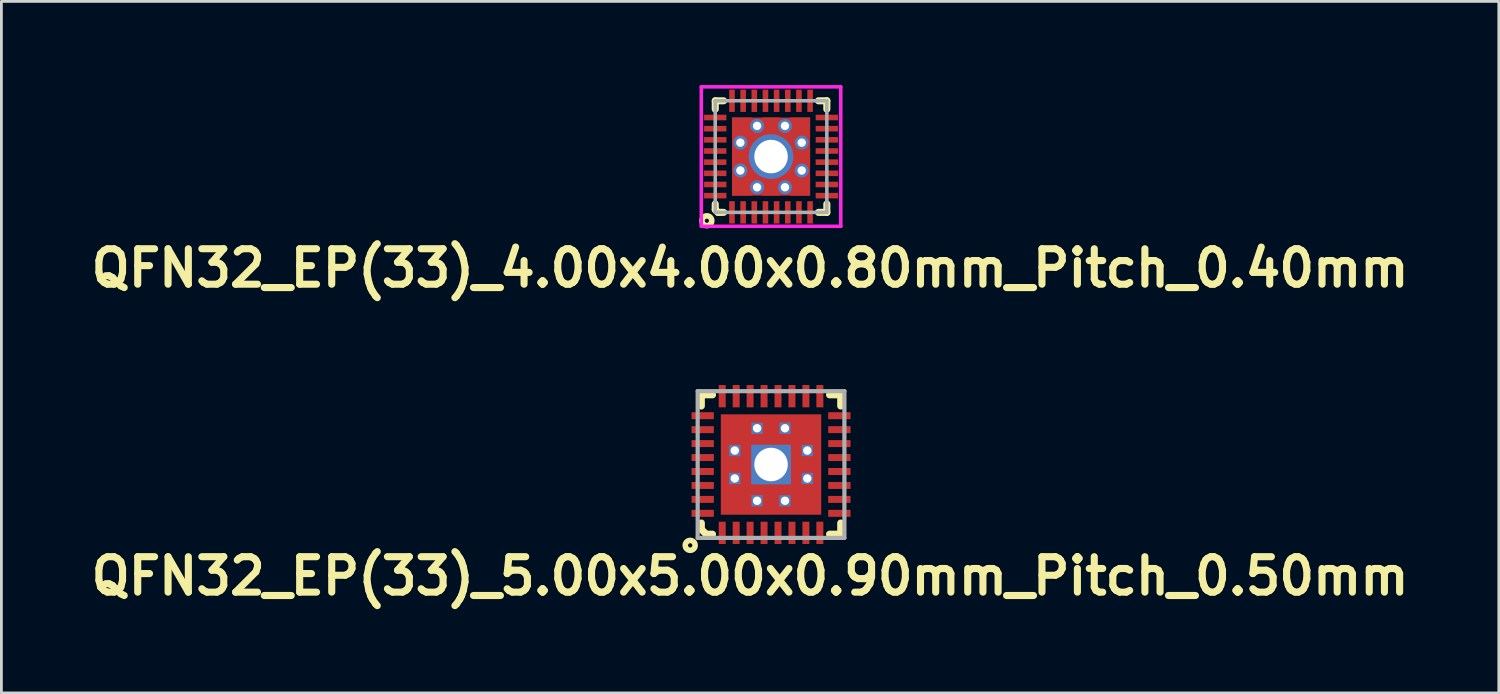
<source format=kicad_pcb>
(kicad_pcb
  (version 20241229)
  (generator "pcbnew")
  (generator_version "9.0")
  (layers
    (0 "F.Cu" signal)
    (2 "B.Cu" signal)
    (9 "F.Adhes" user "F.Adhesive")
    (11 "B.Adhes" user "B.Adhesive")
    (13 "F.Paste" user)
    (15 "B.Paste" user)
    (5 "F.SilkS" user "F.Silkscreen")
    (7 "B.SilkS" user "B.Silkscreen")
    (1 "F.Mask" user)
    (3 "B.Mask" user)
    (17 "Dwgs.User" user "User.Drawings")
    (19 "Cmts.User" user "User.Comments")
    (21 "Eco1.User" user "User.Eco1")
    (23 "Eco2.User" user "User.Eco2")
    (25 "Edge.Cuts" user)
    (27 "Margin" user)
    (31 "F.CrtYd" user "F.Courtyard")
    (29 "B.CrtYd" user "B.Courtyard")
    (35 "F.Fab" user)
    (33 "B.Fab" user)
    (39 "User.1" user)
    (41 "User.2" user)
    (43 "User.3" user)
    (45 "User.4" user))
  (footprint "QFN32_EP(33)_5.00x5.00x0.90mm_Pitch_0.50mm"
    (layer "F.Cu")
    (at 24.59 13.602)
    (property "Reference" "QFN32_EP(33)_5.00x5.00x0.90mm_Pitch_0.50mm" (at -0.75 4 0) (layer "F.SilkS") (effects (font (size 1.27 1.27) (thickness 0.254))))
    (attr smd)
    (fp_line (start -2.499 -2.499) (end -2.499 -2.098) (stroke (width 0.254) (type solid)) (layer "F.SilkS"))
    (fp_line (start -2.499 2.098) (end -2.499 2.324) (stroke (width 0.254) (type solid)) (layer "F.SilkS"))
    (fp_line (start -2.499 2.324) (end -2.324 2.499) (stroke (width 0.254) (type solid)) (layer "F.SilkS"))
    (fp_line (start -2.324 2.499) (end -2.098 2.499) (stroke (width 0.254) (type solid)) (layer "F.SilkS"))
    (fp_line (start -2.098 -2.499) (end -2.499 -2.499) (stroke (width 0.254) (type solid)) (layer "F.SilkS"))
    (fp_line (start 2.098 2.499) (end 2.499 2.499) (stroke (width 0.254) (type solid)) (layer "F.SilkS"))
    (fp_line (start 2.499 -2.499) (end 2.098 -2.499) (stroke (width 0.254) (type solid)) (layer "F.SilkS"))
    (fp_line (start 2.499 -2.098) (end 2.499 -2.499) (stroke (width 0.254) (type solid)) (layer "F.SilkS"))
    (fp_line (start 2.499 2.499) (end 2.499 2.098) (stroke (width 0.254) (type solid)) (layer "F.SilkS"))
    (fp_circle (center -2.898 2.898) (end -3.023 3.023) (stroke (width 0.2) (type solid)) (fill no) (layer "F.SilkS"))
    (fp_line (start -1.6 -1.6) (end -1.6 -0.8) (stroke (width 0.2) (type solid)) (layer "F.Paste"))
    (fp_line (start -1.6 -0.8) (end -0.8 -0.8) (stroke (width 0.2) (type solid)) (layer "F.Paste"))
    (fp_line (start -1.6 -0.2) (end -0.8 -0.2) (stroke (width 0.2) (type solid)) (layer "F.Paste"))
    (fp_line (start -1.6 -0.1) (end -0.8 -0.1) (stroke (width 0.2) (type solid)) (layer "F.Paste"))
    (fp_line (start -1.6 0) (end -0.8 0) (stroke (width 0.2) (type solid)) (layer "F.Paste"))
    (fp_line (start -1.6 0.1) (end -0.8 0.1) (stroke (width 0.2) (type solid)) (layer "F.Paste"))
    (fp_line (start -1.6 0.2) (end -1.6 -0.2) (stroke (width 0.2) (type solid)) (layer "F.Paste"))
    (fp_line (start -1.6 0.8) (end -1.6 1.6) (stroke (width 0.2) (type solid)) (layer "F.Paste"))
    (fp_line (start -1.6 1.6) (end -0.8 1.6) (stroke (width 0.2) (type solid)) (layer "F.Paste"))
    (fp_line (start -1.5 -1.6) (end -1.5 -0.8) (stroke (width 0.2) (type solid)) (layer "F.Paste"))
    (fp_line (start -1.5 0.8) (end -1.5 1.6) (stroke (width 0.2) (type solid)) (layer "F.Paste"))
    (fp_line (start -1.4 -1.6) (end -1.4 -0.8) (stroke (width 0.2) (type solid)) (layer "F.Paste"))
    (fp_line (start -1.4 0.8) (end -1.4 1.6) (stroke (width 0.2) (type solid)) (layer "F.Paste"))
    (fp_line (start -1.3 -1.6) (end -1.3 -0.8) (stroke (width 0.2) (type solid)) (layer "F.Paste"))
    (fp_line (start -1.3 0.8) (end -1.3 1.6) (stroke (width 0.2) (type solid)) (layer "F.Paste"))
    (fp_line (start -1.2 -1.6) (end -1.2 -0.8) (stroke (width 0.2) (type solid)) (layer "F.Paste"))
    (fp_line (start -1.2 0.8) (end -1.2 1.6) (stroke (width 0.2) (type solid)) (layer "F.Paste"))
    (fp_line (start -1.1 -1.6) (end -1.1 -0.8) (stroke (width 0.2) (type solid)) (layer "F.Paste"))
    (fp_line (start -1.1 0.8) (end -1.1 1.6) (stroke (width 0.2) (type solid)) (layer "F.Paste"))
    (fp_line (start -1 -1.6) (end -1 -0.8) (stroke (width 0.2) (type solid)) (layer "F.Paste"))
    (fp_line (start -1 0.8) (end -1 1.6) (stroke (width 0.2) (type solid)) (layer "F.Paste"))
    (fp_line (start -0.9 -1.6) (end -0.9 -0.8) (stroke (width 0.2) (type solid)) (layer "F.Paste"))
    (fp_line (start -0.9 0.8) (end -0.9 1.6) (stroke (width 0.2) (type solid)) (layer "F.Paste"))
    (fp_line (start -0.8 -1.6) (end -1.6 -1.6) (stroke (width 0.2) (type solid)) (layer "F.Paste"))
    (fp_line (start -0.8 -0.8) (end -0.8 -1.6) (stroke (width 0.2) (type solid)) (layer "F.Paste"))
    (fp_line (start -0.8 -0.2) (end -0.8 0.2) (stroke (width 0.2) (type solid)) (layer "F.Paste"))
    (fp_line (start -0.8 0.2) (end -1.6 0.2) (stroke (width 0.2) (type solid)) (layer "F.Paste"))
    (fp_line (start -0.8 0.8) (end -1.6 0.8) (stroke (width 0.2) (type solid)) (layer "F.Paste"))
    (fp_line (start -0.8 1.6) (end -0.8 0.8) (stroke (width 0.2) (type solid)) (layer "F.Paste"))
    (fp_line (start -0.2 -1.6) (end -0.2 -0.8) (stroke (width 0.2) (type solid)) (layer "F.Paste"))
    (fp_line (start -0.2 -0.8) (end 0.2 -0.8) (stroke (width 0.2) (type solid)) (layer "F.Paste"))
    (fp_line (start -0.2 0.8) (end -0.2 1.6) (stroke (width 0.2) (type solid)) (layer "F.Paste"))
    (fp_line (start -0.2 1.6) (end 0.2 1.6) (stroke (width 0.2) (type solid)) (layer "F.Paste"))
    (fp_line (start -0.1 -1.6) (end -0.1 -0.8) (stroke (width 0.2) (type solid)) (layer "F.Paste"))
    (fp_line (start -0.1 0.8) (end -0.1 1.6) (stroke (width 0.2) (type solid)) (layer "F.Paste"))
    (fp_line (start 0 -0.8) (end 0 -1.6) (stroke (width 0.2) (type solid)) (layer "F.Paste"))
    (fp_line (start 0 1.6) (end 0 0.8) (stroke (width 0.2) (type solid)) (layer "F.Paste"))
    (fp_line (start 0.1 -1.6) (end 0.1 -0.8) (stroke (width 0.2) (type solid)) (layer "F.Paste"))
    (fp_line (start 0.1 0.8) (end 0.1 1.6) (stroke (width 0.2) (type solid)) (layer "F.Paste"))
    (fp_line (start 0.2 -1.6) (end -0.2 -1.6) (stroke (width 0.2) (type solid)) (layer "F.Paste"))
    (fp_line (start 0.2 -0.8) (end 0.2 -1.6) (stroke (width 0.2) (type solid)) (layer "F.Paste"))
    (fp_line (start 0.2 0.8) (end -0.2 0.8) (stroke (width 0.2) (type solid)) (layer "F.Paste"))
    (fp_line (start 0.2 1.6) (end 0.2 0.8) (stroke (width 0.2) (type solid)) (layer "F.Paste"))
    (fp_line (start 0.8 -1.6) (end 0.8 -0.8) (stroke (width 0.2) (type solid)) (layer "F.Paste"))
    (fp_line (start 0.8 -0.8) (end 1.6 -0.8) (stroke (width 0.2) (type solid)) (layer "F.Paste"))
    (fp_line (start 0.8 -0.2) (end 1.6 -0.2) (stroke (width 0.2) (type solid)) (layer "F.Paste"))
    (fp_line (start 0.8 -0.1) (end 1.6 -0.1) (stroke (width 0.2) (type solid)) (layer "F.Paste"))
    (fp_line (start 0.8 0) (end 1.6 0) (stroke (width 0.2) (type solid)) (layer "F.Paste"))
    (fp_line (start 0.8 0.1) (end 1.6 0.1) (stroke (width 0.2) (type solid)) (layer "F.Paste"))
    (fp_line (start 0.8 0.2) (end 0.8 -0.2) (stroke (width 0.2) (type solid)) (layer "F.Paste"))
    (fp_line (start 0.8 0.8) (end 0.8 1.6) (stroke (width 0.2) (type solid)) (layer "F.Paste"))
    (fp_line (start 0.8 1.6) (end 1.6 1.6) (stroke (width 0.2) (type solid)) (layer "F.Paste"))
    (fp_line (start 0.9 -1.6) (end 0.9 -0.8) (stroke (width 0.2) (type solid)) (layer "F.Paste"))
    (fp_line (start 0.9 0.8) (end 0.9 1.6) (stroke (width 0.2) (type solid)) (layer "F.Paste"))
    (fp_line (start 1 -1.6) (end 1 -0.8) (stroke (width 0.2) (type solid)) (layer "F.Paste"))
    (fp_line (start 1 0.8) (end 1 1.6) (stroke (width 0.2) (type solid)) (layer "F.Paste"))
    (fp_line (start 1.1 -1.6) (end 1.1 -0.8) (stroke (width 0.2) (type solid)) (layer "F.Paste"))
    (fp_line (start 1.1 0.8) (end 1.1 1.6) (stroke (width 0.2) (type solid)) (layer "F.Paste"))
    (fp_line (start 1.2 -1.6) (end 1.2 -0.8) (stroke (width 0.2) (type solid)) (layer "F.Paste"))
    (fp_line (start 1.2 0.8) (end 1.2 1.6) (stroke (width 0.2) (type solid)) (layer "F.Paste"))
    (fp_line (start 1.3 -1.6) (end 1.3 -0.8) (stroke (width 0.2) (type solid)) (layer "F.Paste"))
    (fp_line (start 1.3 0.8) (end 1.3 1.6) (stroke (width 0.2) (type solid)) (layer "F.Paste"))
    (fp_line (start 1.4 -1.6) (end 1.4 -0.8) (stroke (width 0.2) (type solid)) (layer "F.Paste"))
    (fp_line (start 1.4 0.8) (end 1.4 1.6) (stroke (width 0.2) (type solid)) (layer "F.Paste"))
    (fp_line (start 1.5 -1.6) (end 1.5 -0.8) (stroke (width 0.2) (type solid)) (layer "F.Paste"))
    (fp_line (start 1.5 0.8) (end 1.5 1.6) (stroke (width 0.2) (type solid)) (layer "F.Paste"))
    (fp_line (start 1.6 -1.6) (end 0.8 -1.6) (stroke (width 0.2) (type solid)) (layer "F.Paste"))
    (fp_line (start 1.6 -0.8) (end 1.6 -1.6) (stroke (width 0.2) (type solid)) (layer "F.Paste"))
    (fp_line (start 1.6 -0.2) (end 1.6 0.2) (stroke (width 0.2) (type solid)) (layer "F.Paste"))
    (fp_line (start 1.6 0.2) (end 0.8 0.2) (stroke (width 0.2) (type solid)) (layer "F.Paste"))
    (fp_line (start 1.6 0.8) (end 0.8 0.8) (stroke (width 0.2) (type solid)) (layer "F.Paste"))
    (fp_line (start 1.6 1.6) (end 1.6 0.8) (stroke (width 0.2) (type solid)) (layer "F.Paste"))
    (fp_line (start -2.63 -2.63) (end 2.63 -2.63) (stroke (width 0.15) (type solid)) (layer "F.Fab"))
    (fp_line (start -2.63 2.63) (end -2.63 -2.63) (stroke (width 0.15) (type solid)) (layer "F.Fab"))
    (fp_line (start 2.63 -2.63) (end 2.63 2.63) (stroke (width 0.15) (type solid)) (layer "F.Fab"))
    (fp_line (start 2.63 2.63) (end -2.63 2.63) (stroke (width 0.15) (type solid)) (layer "F.Fab"))
    (pad "1" smd rect (at -1.75 2.45 90) (size 0.8 0.25) (layers "F.Cu" "F.Mask" "F.Paste"))
    (pad "2" smd rect (at -1.25 2.45 90) (size 0.8 0.25) (layers "F.Cu" "F.Mask" "F.Paste"))
    (pad "3" smd rect (at -0.75 2.45 90) (size 0.8 0.25) (layers "F.Cu" "F.Mask" "F.Paste"))
    (pad "4" smd rect (at -0.25 2.45 90) (size 0.8 0.25) (layers "F.Cu" "F.Mask" "F.Paste"))
    (pad "5" smd rect (at 0.25 2.45 90) (size 0.8 0.25) (layers "F.Cu" "F.Mask" "F.Paste"))
    (pad "6" smd rect (at 0.75 2.45 90) (size 0.8 0.25) (layers "F.Cu" "F.Mask" "F.Paste"))
    (pad "7" smd rect (at 1.25 2.45 90) (size 0.8 0.25) (layers "F.Cu" "F.Mask" "F.Paste"))
    (pad "8" smd rect (at 1.75 2.45 90) (size 0.8 0.25) (layers "F.Cu" "F.Mask" "F.Paste"))
    (pad "9" smd rect (at 2.45 1.75 180) (size 0.8 0.25) (layers "F.Cu" "F.Mask" "F.Paste"))
    (pad "10" smd rect (at 2.45 1.25 180) (size 0.8 0.25) (layers "F.Cu" "F.Mask" "F.Paste"))
    (pad "11" smd rect (at 2.45 0.75 180) (size 0.8 0.25) (layers "F.Cu" "F.Mask" "F.Paste"))
    (pad "12" smd rect (at 2.45 0.25 180) (size 0.8 0.25) (layers "F.Cu" "F.Mask" "F.Paste"))
    (pad "13" smd rect (at 2.45 -0.25 180) (size 0.8 0.25) (layers "F.Cu" "F.Mask" "F.Paste"))
    (pad "14" smd rect (at 2.45 -0.75 180) (size 0.8 0.25) (layers "F.Cu" "F.Mask" "F.Paste"))
    (pad "15" smd rect (at 2.45 -1.25 180) (size 0.8 0.25) (layers "F.Cu" "F.Mask" "F.Paste"))
    (pad "16" smd rect (at 2.45 -1.75 180) (size 0.8 0.25) (layers "F.Cu" "F.Mask" "F.Paste"))
    (pad "17" smd rect (at 1.75 -2.45 270) (size 0.8 0.25) (layers "F.Cu" "F.Mask" "F.Paste"))
    (pad "18" smd rect (at 1.25 -2.45 270) (size 0.8 0.25) (layers "F.Cu" "F.Mask" "F.Paste"))
    (pad "19" smd rect (at 0.75 -2.45 270) (size 0.8 0.25) (layers "F.Cu" "F.Mask" "F.Paste"))
    (pad "20" smd rect (at 0.25 -2.45 270) (size 0.8 0.25) (layers "F.Cu" "F.Mask" "F.Paste"))
    (pad "21" smd rect (at -0.25 -2.45 270) (size 0.8 0.25) (layers "F.Cu" "F.Mask" "F.Paste"))
    (pad "22" smd rect (at -0.75 -2.45 270) (size 0.8 0.25) (layers "F.Cu" "F.Mask" "F.Paste"))
    (pad "23" smd rect (at -1.25 -2.45 270) (size 0.8 0.25) (layers "F.Cu" "F.Mask" "F.Paste"))
    (pad "24" smd rect (at -1.75 -2.45 270) (size 0.8 0.25) (layers "F.Cu" "F.Mask" "F.Paste"))
    (pad "25" smd rect (at -2.45 -1.75) (size 0.8 0.25) (layers "F.Cu" "F.Mask" "F.Paste"))
    (pad "26" smd rect (at -2.45 -1.25) (size 0.8 0.25) (layers "F.Cu" "F.Mask" "F.Paste"))
    (pad "27" smd rect (at -2.45 -0.75) (size 0.8 0.25) (layers "F.Cu" "F.Mask" "F.Paste"))
    (pad "28" smd rect (at -2.45 -0.25) (size 0.8 0.25) (layers "F.Cu" "F.Mask" "F.Paste"))
    (pad "29" smd rect (at -2.45 0.25) (size 0.8 0.25) (layers "F.Cu" "F.Mask" "F.Paste"))
    (pad "30" smd rect (at -2.45 0.75) (size 0.8 0.25) (layers "F.Cu" "F.Mask" "F.Paste"))
    (pad "31" smd rect (at -2.45 1.25) (size 0.8 0.25) (layers "F.Cu" "F.Mask" "F.Paste"))
    (pad "32" smd rect (at -2.45 1.75) (size 0.8 0.25) (layers "F.Cu" "F.Mask" "F.Paste"))
    (pad "33" thru_hole rect (at -1.3 -0.5) (size 0.4 0.4) (drill 0.3) (layers "*.Cu" "F.Mask"))
    (pad "33" thru_hole rect (at -1.3 0.5) (size 0.4 0.4) (drill 0.3) (layers "*.Cu" "F.Mask"))
    (pad "33" thru_hole rect (at -0.5 -1.3) (size 0.4 0.4) (drill 0.3) (layers "*.Cu" "F.Mask"))
    (pad "33" thru_hole rect (at -0.5 1.3) (size 0.4 0.4) (drill 0.3) (layers "*.Cu" "F.Mask"))
    (pad "33" thru_hole rect (at 0 0) (size 1.422 1.422) (drill 1.2) (layers "*.Cu" "*.Mask"))
    (pad "33" smd rect (at 0 0) (size 3.6 3.6) (layers "F.Cu" "F.Mask"))
    (pad "33" thru_hole rect (at 0.5 -1.3) (size 0.4 0.4) (drill 0.3) (layers "*.Cu" "F.Mask"))
    (pad "33" thru_hole rect (at 0.5 1.3) (size 0.4 0.4) (drill 0.3) (layers "*.Cu" "F.Mask"))
    (pad "33" thru_hole rect (at 1.3 -0.5) (size 0.4 0.4) (drill 0.3) (layers "*.Cu" "F.Mask"))
    (pad "33" thru_hole rect (at 1.3 0.5) (size 0.4 0.4) (drill 0.3) (layers "*.Cu" "F.Mask")))
  (footprint "QFN32_EP(33)_4.00x4.00x0.80mm_Pitch_0.40mm"
    (layer "F.Cu")
    (at 24.59 2.563)
    (property "Reference" "QFN32_EP(33)_4.00x4.00x0.80mm_Pitch_0.40mm" (at -0.75 4 0) (layer "F.SilkS") (effects (font (size 1.27 1.27) (thickness 0.254))))
    (attr smd)
    (fp_line (start -2 1.7) (end -2 1.9) (stroke (width 0.254) (type solid)) (layer "F.SilkS"))
    (fp_line (start -2 1.9) (end -1.9 2) (stroke (width 0.254) (type solid)) (layer "F.SilkS"))
    (fp_line (start -1.999 -1.999) (end -2 -1.7) (stroke (width 0.254) (type solid)) (layer "F.SilkS"))
    (fp_line (start -1.9 2) (end -1.7 2) (stroke (width 0.254) (type solid)) (layer "F.SilkS"))
    (fp_line (start -1.7 -2) (end -1.999 -1.999) (stroke (width 0.254) (type solid)) (layer "F.SilkS"))
    (fp_line (start 1.7 2) (end 2 2) (stroke (width 0.254) (type solid)) (layer "F.SilkS"))
    (fp_line (start 2 -2) (end 1.7 -2) (stroke (width 0.254) (type solid)) (layer "F.SilkS"))
    (fp_line (start 2 -1.7) (end 2 -2) (stroke (width 0.254) (type solid)) (layer "F.SilkS"))
    (fp_line (start 2 2) (end 2 1.7) (stroke (width 0.254) (type solid)) (layer "F.SilkS"))
    (fp_circle (center -2.3 2.3) (end -2.424 2.424) (stroke (width 0.2) (type solid)) (fill no) (layer "F.SilkS"))
    (fp_line (start -2.5 -2.5) (end 2.5 -2.5) (stroke (width 0.127) (type solid)) (layer "F.CrtYd"))
    (fp_line (start -2.5 2.5) (end -2.5 -2.5) (stroke (width 0.127) (type solid)) (layer "F.CrtYd"))
    (fp_line (start 2.5 -2.5) (end 2.5 2.5) (stroke (width 0.127) (type solid)) (layer "F.CrtYd"))
    (fp_line (start 2.5 2.5) (end -2.5 2.5) (stroke (width 0.127) (type solid)) (layer "F.CrtYd"))
    (fp_line (start -2 -2) (end 2 -2) (stroke (width 0.127) (type solid)) (layer "F.Fab"))
    (fp_line (start -2 2) (end -2 -2) (stroke (width 0.127) (type solid)) (layer "F.Fab"))
    (fp_line (start 2 -2) (end 2 2) (stroke (width 0.127) (type solid)) (layer "F.Fab"))
    (fp_line (start 2 2) (end -2 2) (stroke (width 0.127) (type solid)) (layer "F.Fab"))
    (pad "1" smd rect (at -1.4 2 90) (size 0.8 0.2) (layers "F.Cu" "F.Mask" "F.Paste"))
    (pad "2" smd rect (at -1 2 90) (size 0.8 0.2) (layers "F.Cu" "F.Mask" "F.Paste"))
    (pad "3" smd rect (at -0.6 2 90) (size 0.8 0.2) (layers "F.Cu" "F.Mask" "F.Paste"))
    (pad "4" smd rect (at -0.2 2 90) (size 0.8 0.2) (layers "F.Cu" "F.Mask" "F.Paste"))
    (pad "5" smd rect (at 0.2 2 90) (size 0.8 0.2) (layers "F.Cu" "F.Mask" "F.Paste"))
    (pad "6" smd rect (at 0.6 2 90) (size 0.8 0.2) (layers "F.Cu" "F.Mask" "F.Paste"))
    (pad "7" smd rect (at 1 2 90) (size 0.8 0.2) (layers "F.Cu" "F.Mask" "F.Paste"))
    (pad "8" smd rect (at 1.4 2 90) (size 0.8 0.2) (layers "F.Cu" "F.Mask" "F.Paste"))
    (pad "9" smd rect (at 2 1.4 180) (size 0.8 0.2) (layers "F.Cu" "F.Mask" "F.Paste"))
    (pad "10" smd rect (at 2 1 180) (size 0.8 0.2) (layers "F.Cu" "F.Mask" "F.Paste"))
    (pad "11" smd rect (at 2 0.6 180) (size 0.8 0.2) (layers "F.Cu" "F.Mask" "F.Paste"))
    (pad "12" smd rect (at 2 0.2 180) (size 0.8 0.2) (layers "F.Cu" "F.Mask" "F.Paste"))
    (pad "13" smd rect (at 2 -0.2 180) (size 0.8 0.2) (layers "F.Cu" "F.Mask" "F.Paste"))
    (pad "14" smd rect (at 2 -0.6 180) (size 0.8 0.2) (layers "F.Cu" "F.Mask" "F.Paste"))
    (pad "15" smd rect (at 2 -1 180) (size 0.8 0.2) (layers "F.Cu" "F.Mask" "F.Paste"))
    (pad "16" smd rect (at 2 -1.4 180) (size 0.8 0.2) (layers "F.Cu" "F.Mask" "F.Paste"))
    (pad "17" smd rect (at 1.4 -2 270) (size 0.8 0.2) (layers "F.Cu" "F.Mask" "F.Paste"))
    (pad "18" smd rect (at 1 -2 270) (size 0.8 0.2) (layers "F.Cu" "F.Mask" "F.Paste"))
    (pad "19" smd rect (at 0.6 -2 270) (size 0.8 0.2) (layers "F.Cu" "F.Mask" "F.Paste"))
    (pad "20" smd rect (at 0.2 -2 270) (size 0.8 0.2) (layers "F.Cu" "F.Mask" "F.Paste"))
    (pad "21" smd rect (at -0.2 -2 270) (size 0.8 0.2) (layers "F.Cu" "F.Mask" "F.Paste"))
    (pad "22" smd rect (at -0.6 -2 270) (size 0.8 0.2) (layers "F.Cu" "F.Mask" "F.Paste"))
    (pad "23" smd rect (at -1 -2 270) (size 0.8 0.2) (layers "F.Cu" "F.Mask" "F.Paste"))
    (pad "24" smd rect (at -1.4 -2 270) (size 0.8 0.2) (layers "F.Cu" "F.Mask" "F.Paste"))
    (pad "25" smd rect (at -2 -1.4) (size 0.8 0.2) (layers "F.Cu" "F.Mask" "F.Paste"))
    (pad "26" smd rect (at -2 -1) (size 0.8 0.2) (layers "F.Cu" "F.Mask" "F.Paste"))
    (pad "27" smd rect (at -2 -0.6) (size 0.8 0.2) (layers "F.Cu" "F.Mask" "F.Paste"))
    (pad "28" smd rect (at -2 -0.2) (size 0.8 0.2) (layers "F.Cu" "F.Mask" "F.Paste"))
    (pad "29" smd rect (at -2 0.2) (size 0.8 0.2) (layers "F.Cu" "F.Mask" "F.Paste"))
    (pad "30" smd rect (at -2 0.6) (size 0.8 0.2) (layers "F.Cu" "F.Mask" "F.Paste"))
    (pad "31" smd rect (at -2 1) (size 0.8 0.2) (layers "F.Cu" "F.Mask" "F.Paste"))
    (pad "32" smd rect (at -2 1.4) (size 0.8 0.2) (layers "F.Cu" "F.Mask" "F.Paste"))
    (pad "33" thru_hole circle (at -1.1 -0.5) (size 0.5 0.5) (drill 0.3) (layers "*.Cu" "F.Mask"))
    (pad "33" thru_hole circle (at -1.1 0.5) (size 0.5 0.5) (drill 0.3) (layers "*.Cu" "F.Mask"))
    (pad "33" thru_hole circle (at -0.5 -1.1) (size 0.5 0.5) (drill 0.3) (layers "*.Cu" "F.Mask"))
    (pad "33" thru_hole circle (at -0.5 1.1) (size 0.5 0.5) (drill 0.3) (layers "*.Cu" "F.Mask"))
    (pad "33" thru_hole circle (at 0 0) (size 1.6 1.6) (drill 1.2) (layers "*.Cu" "*.Mask"))
    (pad "33" smd rect (at 0 0) (size 2.8 2.8) (layers "F.Cu" "F.Mask"))
    (pad "33" thru_hole circle (at 0.5 -1.1) (size 0.5 0.5) (drill 0.3) (layers "*.Cu" "F.Mask"))
    (pad "33" thru_hole circle (at 0.5 1.1) (size 0.5 0.5) (drill 0.3) (layers "*.Cu" "F.Mask"))
    (pad "33" thru_hole circle (at 1.1 -0.5) (size 0.5 0.5) (drill 0.3) (layers "*.Cu" "F.Mask"))
    (pad "33" thru_hole circle (at 1.1 0.5) (size 0.5 0.5) (drill 0.3) (layers "*.Cu" "F.Mask"))
    (pad "FPaste" smd rect (at -1.05 -1.05) (size 0.7 0.7) (layers "F.Cu" "F.Paste"))
    (pad "FPaste" smd rect (at -1.05 0) (size 0.7 0.6) (layers "F.Cu" "F.Paste"))
    (pad "FPaste" smd rect (at -1.05 1.05) (size 0.7 0.7) (layers "F.Cu" "F.Paste"))
    (pad "FPaste" smd rect (at 0 -1.05 90) (size 0.7 0.6) (layers "F.Cu" "F.Paste"))
    (pad "FPaste" smd rect (at 0 1.05 90) (size 0.7 0.6) (layers "F.Cu" "F.Paste"))
    (pad "FPaste" smd rect (at 1.05 -1.05) (size 0.7 0.7) (layers "F.Cu" "F.Paste"))
    (pad "FPaste" smd rect (at 1.05 0) (size 0.7 0.6) (layers "F.Cu" "F.Paste"))
    (pad "FPaste" smd rect (at 1.05 1.05) (size 0.7 0.7) (layers "F.Cu" "F.Paste")))
  (gr_rect
    (start -3 -3)
    (end 50.679 21.791)
    (stroke (width 0.1) (type default))
    (fill no)
    (layer "Edge.Cuts")))
</source>
